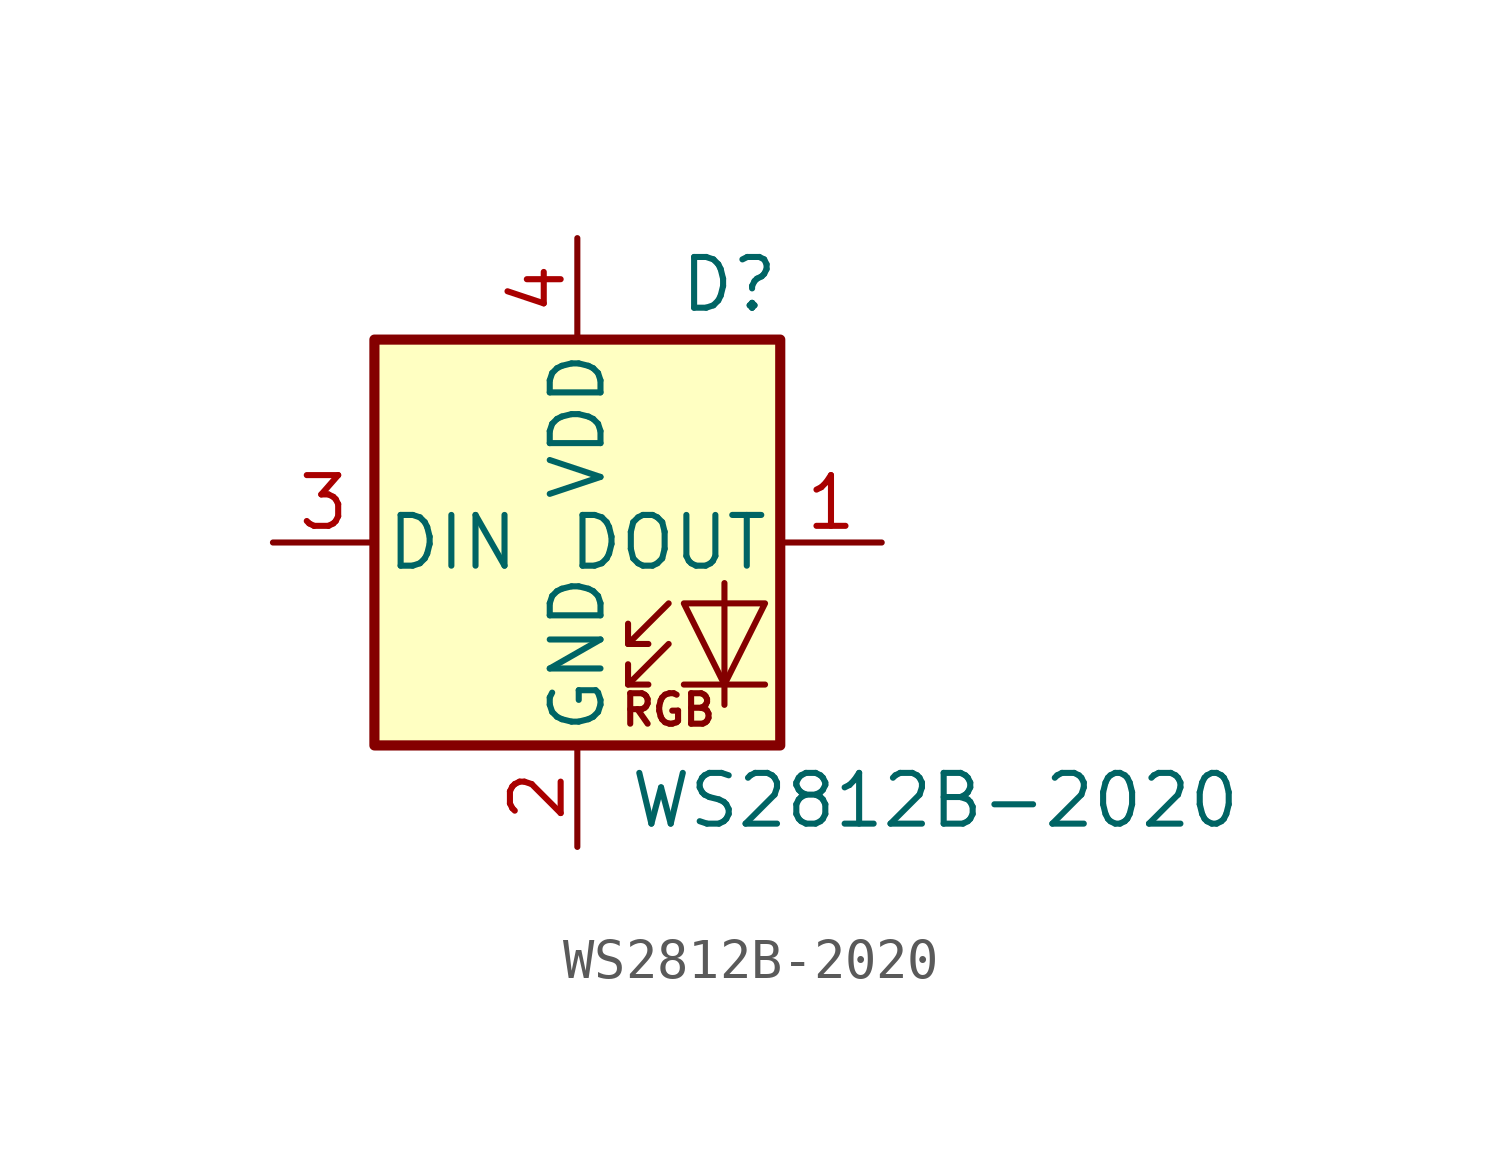
<source format=kicad_sym>
(kicad_symbol_lib
  (version 20211014)
  (generator kicad_symbol_editor)
  (symbol "WS2812B-2020"
    (pin_names
      (offset 0.254))
    (property "Reference" "D"
      (at 5.08 5.715 0)
      (effects (font (size 1.27 1.27)) (justify right bottom)))
    (property "Value" "WS2812B-2020"
      (at 1.27 -5.715 0)
      (effects (font (size 1.27 1.27)) (justify left top)))
    (symbol "WS2812B-2020_0_0"
      (text "RGB" (at 2.286 -4.191 0) (effects (font (size 0.762 0.762)))))
    (symbol "WS2812B-2020_0_1"
      (polyline (pts (xy 1.27 -3.556) (xy 1.778 -3.556)) (stroke (width 0) (type default) (color 0 0 0 0)) (fill (type none)))
      (polyline (pts (xy 1.27 -2.54) (xy 1.778 -2.54)) (stroke (width 0) (type default) (color 0 0 0 0)) (fill (type none)))
      (polyline (pts (xy 4.699 -3.556) (xy 2.667 -3.556)) (stroke (width 0) (type default) (color 0 0 0 0)) (fill (type none)))
      (polyline (pts (xy 2.286 -2.54) (xy 1.27 -3.556) (xy 1.27 -3.048)) (stroke (width 0) (type default) (color 0 0 0 0)) (fill (type none)))
      (polyline (pts (xy 2.286 -1.524) (xy 1.27 -2.54) (xy 1.27 -2.032)) (stroke (width 0) (type default) (color 0 0 0 0)) (fill (type none)))
      (polyline (pts (xy 3.683 -1.016) (xy 3.683 -3.556) (xy 3.683 -4.064)) (stroke (width 0) (type default) (color 0 0 0 0)) (fill (type none)))
      (polyline (pts (xy 4.699 -1.524) (xy 2.667 -1.524) (xy 3.683 -3.556) (xy 4.699 -1.524)) (stroke (width 0) (type default) (color 0 0 0 0)) (fill (type none)))
      (rectangle (start 5.08 5.08) (end -5.08 -5.08) (stroke (width 0.254) (type default) (color 0 0 0 0)) (fill (type background))))
    (symbol "WS2812B-2020_1_1"
      (pin output line (at 7.62 0 180) (length 2.54) (name "DOUT" (effects (font (size 1.27 1.27)))) (number "1" (effects (font (size 1.27 1.27)))))
      (pin power_in line (at 0 -7.62 90) (length 2.54) (name "GND" (effects (font (size 1.27 1.27)))) (number "2" (effects (font (size 1.27 1.27)))))
      (pin input line (at -7.62 0 0) (length 2.54) (name "DIN" (effects (font (size 1.27 1.27)))) (number "3" (effects (font (size 1.27 1.27)))))
      (pin power_in line (at 0 7.62 270) (length 2.54) (name "VDD" (effects (font (size 1.27 1.27)))) (number "4" (effects (font (size 1.27 1.27))))))))
</source>
